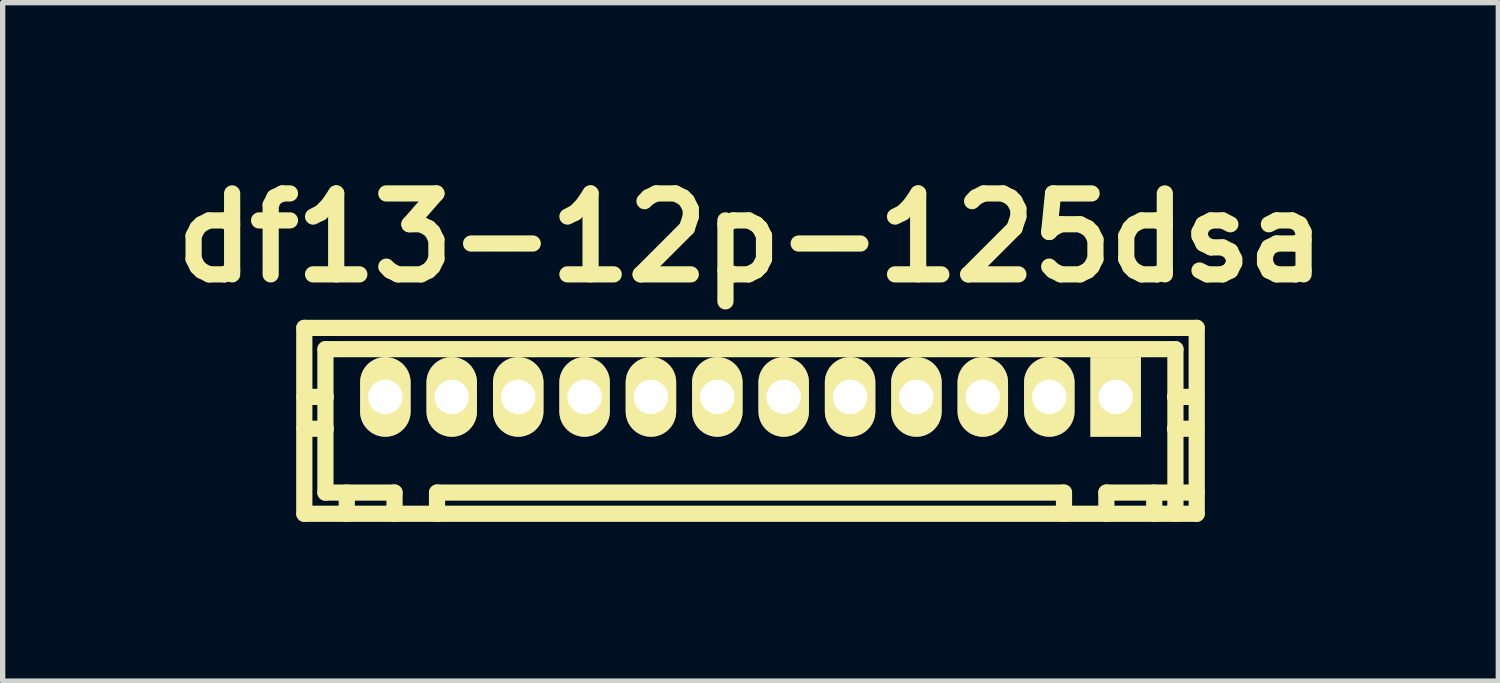
<source format=kicad_pcb>
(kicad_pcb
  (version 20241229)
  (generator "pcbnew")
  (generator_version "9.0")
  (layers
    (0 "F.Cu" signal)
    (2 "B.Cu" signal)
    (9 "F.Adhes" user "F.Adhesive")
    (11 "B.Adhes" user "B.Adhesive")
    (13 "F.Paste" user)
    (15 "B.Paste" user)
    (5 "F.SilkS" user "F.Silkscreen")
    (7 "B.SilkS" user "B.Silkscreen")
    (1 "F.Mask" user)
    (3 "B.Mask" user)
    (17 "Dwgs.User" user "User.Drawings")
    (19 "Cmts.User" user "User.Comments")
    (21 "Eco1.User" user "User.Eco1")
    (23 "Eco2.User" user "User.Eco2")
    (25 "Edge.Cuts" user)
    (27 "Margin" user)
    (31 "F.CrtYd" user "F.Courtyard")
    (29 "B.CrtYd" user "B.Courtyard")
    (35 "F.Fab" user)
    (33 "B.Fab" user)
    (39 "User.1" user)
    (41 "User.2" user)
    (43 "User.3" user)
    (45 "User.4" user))
  (footprint "df13-12p-125dsa"
    (layer "F.Cu")
    (at 11.082 4.424)
    (property "Reference" "df13-12p-125dsa" (at 0 -2.997 0) (layer "F.SilkS") (effects (font (size 1.524 1.524) (thickness 0.305))))
    (attr through_hole)
    (fp_line (start -8.402 2.2) (end -8.402 -1.3) (stroke (width 0.305) (type solid)) (layer "F.SilkS"))
    (fp_line (start -8.4 -1.3) (end 8.4 -1.3) (stroke (width 0.305) (type solid)) (layer "F.SilkS"))
    (fp_line (start -8.004 -0.899) (end -8.004 1.801) (stroke (width 0.305) (type solid)) (layer "F.SilkS"))
    (fp_line (start -7.998 0) (end -8.4 0) (stroke (width 0.305) (type solid)) (layer "F.SilkS"))
    (fp_line (start -7.998 0.599) (end -8.4 0.599) (stroke (width 0.305) (type solid)) (layer "F.SilkS"))
    (fp_line (start -7.602 1.801) (end -7.602 2.2) (stroke (width 0.305) (type solid)) (layer "F.SilkS"))
    (fp_line (start -7 -0.099) (end -7 0.099) (stroke (width 0.305) (type solid)) (layer "F.SilkS"))
    (fp_line (start -7 0.099) (end -6.8 0.099) (stroke (width 0.305) (type solid)) (layer "F.SilkS"))
    (fp_line (start -6.8 -0.099) (end -7 -0.099) (stroke (width 0.305) (type solid)) (layer "F.SilkS"))
    (fp_line (start -6.8 0.099) (end -6.8 -0.099) (stroke (width 0.305) (type solid)) (layer "F.SilkS"))
    (fp_line (start -6.703 1.801) (end -8.004 1.801) (stroke (width 0.305) (type solid)) (layer "F.SilkS"))
    (fp_line (start -6.703 1.801) (end -6.703 2.2) (stroke (width 0.305) (type solid)) (layer "F.SilkS"))
    (fp_line (start -5.903 2.2) (end -5.903 1.801) (stroke (width 0.305) (type solid)) (layer "F.SilkS"))
    (fp_line (start -5.9 1.801) (end 5.9 1.801) (stroke (width 0.305) (type solid)) (layer "F.SilkS"))
    (fp_line (start -5.7 -0.099) (end -5.7 0.099) (stroke (width 0.305) (type solid)) (layer "F.SilkS"))
    (fp_line (start -5.7 0.099) (end -5.499 0.099) (stroke (width 0.305) (type solid)) (layer "F.SilkS"))
    (fp_line (start -5.499 -0.099) (end -5.7 -0.099) (stroke (width 0.305) (type solid)) (layer "F.SilkS"))
    (fp_line (start -5.499 0.099) (end -5.499 -0.099) (stroke (width 0.305) (type solid)) (layer "F.SilkS"))
    (fp_line (start -4.501 -0.099) (end -4.501 0.099) (stroke (width 0.305) (type solid)) (layer "F.SilkS"))
    (fp_line (start -4.501 0.099) (end -4.3 0.099) (stroke (width 0.305) (type solid)) (layer "F.SilkS"))
    (fp_line (start -4.3 -0.099) (end -4.501 -0.099) (stroke (width 0.305) (type solid)) (layer "F.SilkS"))
    (fp_line (start -4.3 0.099) (end -4.3 -0.099) (stroke (width 0.305) (type solid)) (layer "F.SilkS"))
    (fp_line (start -3.2 -0.099) (end -3.2 0.099) (stroke (width 0.305) (type solid)) (layer "F.SilkS"))
    (fp_line (start -3.2 0.099) (end -3 0.099) (stroke (width 0.305) (type solid)) (layer "F.SilkS"))
    (fp_line (start -3 -0.099) (end -3.2 -0.099) (stroke (width 0.305) (type solid)) (layer "F.SilkS"))
    (fp_line (start -3 0.099) (end -3 -0.099) (stroke (width 0.305) (type solid)) (layer "F.SilkS"))
    (fp_line (start -1.999 -0.099) (end -1.999 0.099) (stroke (width 0.305) (type solid)) (layer "F.SilkS"))
    (fp_line (start -1.999 0.099) (end -1.801 0.099) (stroke (width 0.305) (type solid)) (layer "F.SilkS"))
    (fp_line (start -1.801 -0.099) (end -1.999 -0.099) (stroke (width 0.305) (type solid)) (layer "F.SilkS"))
    (fp_line (start -1.801 0.099) (end -1.801 -0.099) (stroke (width 0.305) (type solid)) (layer "F.SilkS"))
    (fp_line (start -0.701 -0.099) (end -0.701 0.099) (stroke (width 0.305) (type solid)) (layer "F.SilkS"))
    (fp_line (start -0.701 0.099) (end -0.5 0.099) (stroke (width 0.305) (type solid)) (layer "F.SilkS"))
    (fp_line (start -0.5 -0.099) (end -0.701 -0.099) (stroke (width 0.305) (type solid)) (layer "F.SilkS"))
    (fp_line (start -0.5 0.099) (end -0.5 -0.099) (stroke (width 0.305) (type solid)) (layer "F.SilkS"))
    (fp_line (start 0.5 -0.099) (end 0.701 -0.099) (stroke (width 0.305) (type solid)) (layer "F.SilkS"))
    (fp_line (start 0.5 0.099) (end 0.5 -0.099) (stroke (width 0.305) (type solid)) (layer "F.SilkS"))
    (fp_line (start 0.701 -0.099) (end 0.701 0.099) (stroke (width 0.305) (type solid)) (layer "F.SilkS"))
    (fp_line (start 0.701 0.099) (end 0.5 0.099) (stroke (width 0.305) (type solid)) (layer "F.SilkS"))
    (fp_line (start 1.801 -0.099) (end 1.999 -0.099) (stroke (width 0.305) (type solid)) (layer "F.SilkS"))
    (fp_line (start 1.801 0.099) (end 1.801 -0.099) (stroke (width 0.305) (type solid)) (layer "F.SilkS"))
    (fp_line (start 1.999 -0.099) (end 1.999 0.099) (stroke (width 0.305) (type solid)) (layer "F.SilkS"))
    (fp_line (start 1.999 0.099) (end 1.801 0.099) (stroke (width 0.305) (type solid)) (layer "F.SilkS"))
    (fp_line (start 3 -0.099) (end 3.2 -0.099) (stroke (width 0.305) (type solid)) (layer "F.SilkS"))
    (fp_line (start 3 0.099) (end 3 -0.099) (stroke (width 0.305) (type solid)) (layer "F.SilkS"))
    (fp_line (start 3.2 -0.099) (end 3.2 0.099) (stroke (width 0.305) (type solid)) (layer "F.SilkS"))
    (fp_line (start 3.2 0.099) (end 3 0.099) (stroke (width 0.305) (type solid)) (layer "F.SilkS"))
    (fp_line (start 4.3 -0.099) (end 4.501 -0.099) (stroke (width 0.305) (type solid)) (layer "F.SilkS"))
    (fp_line (start 4.3 0.099) (end 4.3 -0.099) (stroke (width 0.305) (type solid)) (layer "F.SilkS"))
    (fp_line (start 4.501 -0.099) (end 4.501 0.099) (stroke (width 0.305) (type solid)) (layer "F.SilkS"))
    (fp_line (start 4.501 0.099) (end 4.3 0.099) (stroke (width 0.305) (type solid)) (layer "F.SilkS"))
    (fp_line (start 5.499 -0.099) (end 5.7 -0.099) (stroke (width 0.305) (type solid)) (layer "F.SilkS"))
    (fp_line (start 5.499 0.099) (end 5.499 -0.099) (stroke (width 0.305) (type solid)) (layer "F.SilkS"))
    (fp_line (start 5.7 -0.099) (end 5.7 0.099) (stroke (width 0.305) (type solid)) (layer "F.SilkS"))
    (fp_line (start 5.7 0.099) (end 5.499 0.099) (stroke (width 0.305) (type solid)) (layer "F.SilkS"))
    (fp_line (start 5.903 2.2) (end 5.903 1.801) (stroke (width 0.305) (type solid)) (layer "F.SilkS"))
    (fp_line (start 6.701 1.801) (end 6.701 2.2) (stroke (width 0.305) (type solid)) (layer "F.SilkS"))
    (fp_line (start 6.701 1.801) (end 8.402 1.801) (stroke (width 0.305) (type solid)) (layer "F.SilkS"))
    (fp_line (start 6.8 -0.099) (end 7 -0.099) (stroke (width 0.305) (type solid)) (layer "F.SilkS"))
    (fp_line (start 6.8 0.099) (end 6.8 -0.099) (stroke (width 0.305) (type solid)) (layer "F.SilkS"))
    (fp_line (start 7 -0.099) (end 7 0.099) (stroke (width 0.305) (type solid)) (layer "F.SilkS"))
    (fp_line (start 7 0.099) (end 6.8 0.099) (stroke (width 0.305) (type solid)) (layer "F.SilkS"))
    (fp_line (start 7.602 1.801) (end 7.602 2.2) (stroke (width 0.305) (type solid)) (layer "F.SilkS"))
    (fp_line (start 7.993 0) (end 8.395 0) (stroke (width 0.305) (type solid)) (layer "F.SilkS"))
    (fp_line (start 8.001 -0.899) (end -8.001 -0.899) (stroke (width 0.305) (type solid)) (layer "F.SilkS"))
    (fp_line (start 8.001 -0.899) (end 8.001 2.2) (stroke (width 0.305) (type solid)) (layer "F.SilkS"))
    (fp_line (start 8.395 0.599) (end 7.993 0.599) (stroke (width 0.305) (type solid)) (layer "F.SilkS"))
    (fp_line (start 8.4 2.2) (end -8.4 2.2) (stroke (width 0.305) (type solid)) (layer "F.SilkS"))
    (fp_line (start 8.402 -1.3) (end 8.402 2.2) (stroke (width 0.305) (type solid)) (layer "F.SilkS"))
    (pad "1" thru_hole rect (at 6.876 0) (size 0.95 1.499) (drill 0.648) (layers "*.Cu" "*.Mask" "F.SilkS"))
    (pad "2" thru_hole oval (at 5.626 0) (size 0.95 1.499) (drill 0.648) (layers "*.Cu" "*.Mask" "F.SilkS"))
    (pad "3" thru_hole oval (at 4.374 0) (size 0.95 1.499) (drill 0.648) (layers "*.Cu" "*.Mask" "F.SilkS"))
    (pad "4" thru_hole oval (at 3.124 0) (size 0.95 1.499) (drill 0.648) (layers "*.Cu" "*.Mask" "F.SilkS"))
    (pad "5" thru_hole oval (at 1.875 0) (size 0.95 1.499) (drill 0.648) (layers "*.Cu" "*.Mask" "F.SilkS"))
    (pad "6" thru_hole oval (at 0.625 0) (size 0.95 1.499) (drill 0.648) (layers "*.Cu" "*.Mask" "F.SilkS"))
    (pad "7" thru_hole oval (at -0.625 0) (size 0.95 1.499) (drill 0.648) (layers "*.Cu" "*.Mask" "F.SilkS"))
    (pad "8" thru_hole oval (at -1.875 0) (size 0.95 1.499) (drill 0.648) (layers "*.Cu" "*.Mask" "F.SilkS"))
    (pad "9" thru_hole oval (at -3.124 0) (size 0.95 1.499) (drill 0.648) (layers "*.Cu" "*.Mask" "F.SilkS"))
    (pad "10" thru_hole oval (at -4.374 0) (size 0.95 1.499) (drill 0.648) (layers "*.Cu" "*.Mask" "F.SilkS"))
    (pad "11" thru_hole oval (at -5.626 0) (size 0.95 1.499) (drill 0.648) (layers "*.Cu" "*.Mask" "F.SilkS"))
    (pad "12" thru_hole oval (at -6.876 0) (size 0.95 1.499) (drill 0.648) (layers "*.Cu" "*.Mask" "F.SilkS")))
  (gr_rect
    (start -3 -3)
    (end 25.163 9.776)
    (stroke (width 0.1) (type default))
    (fill no)
    (layer "Edge.Cuts")))
</source>
